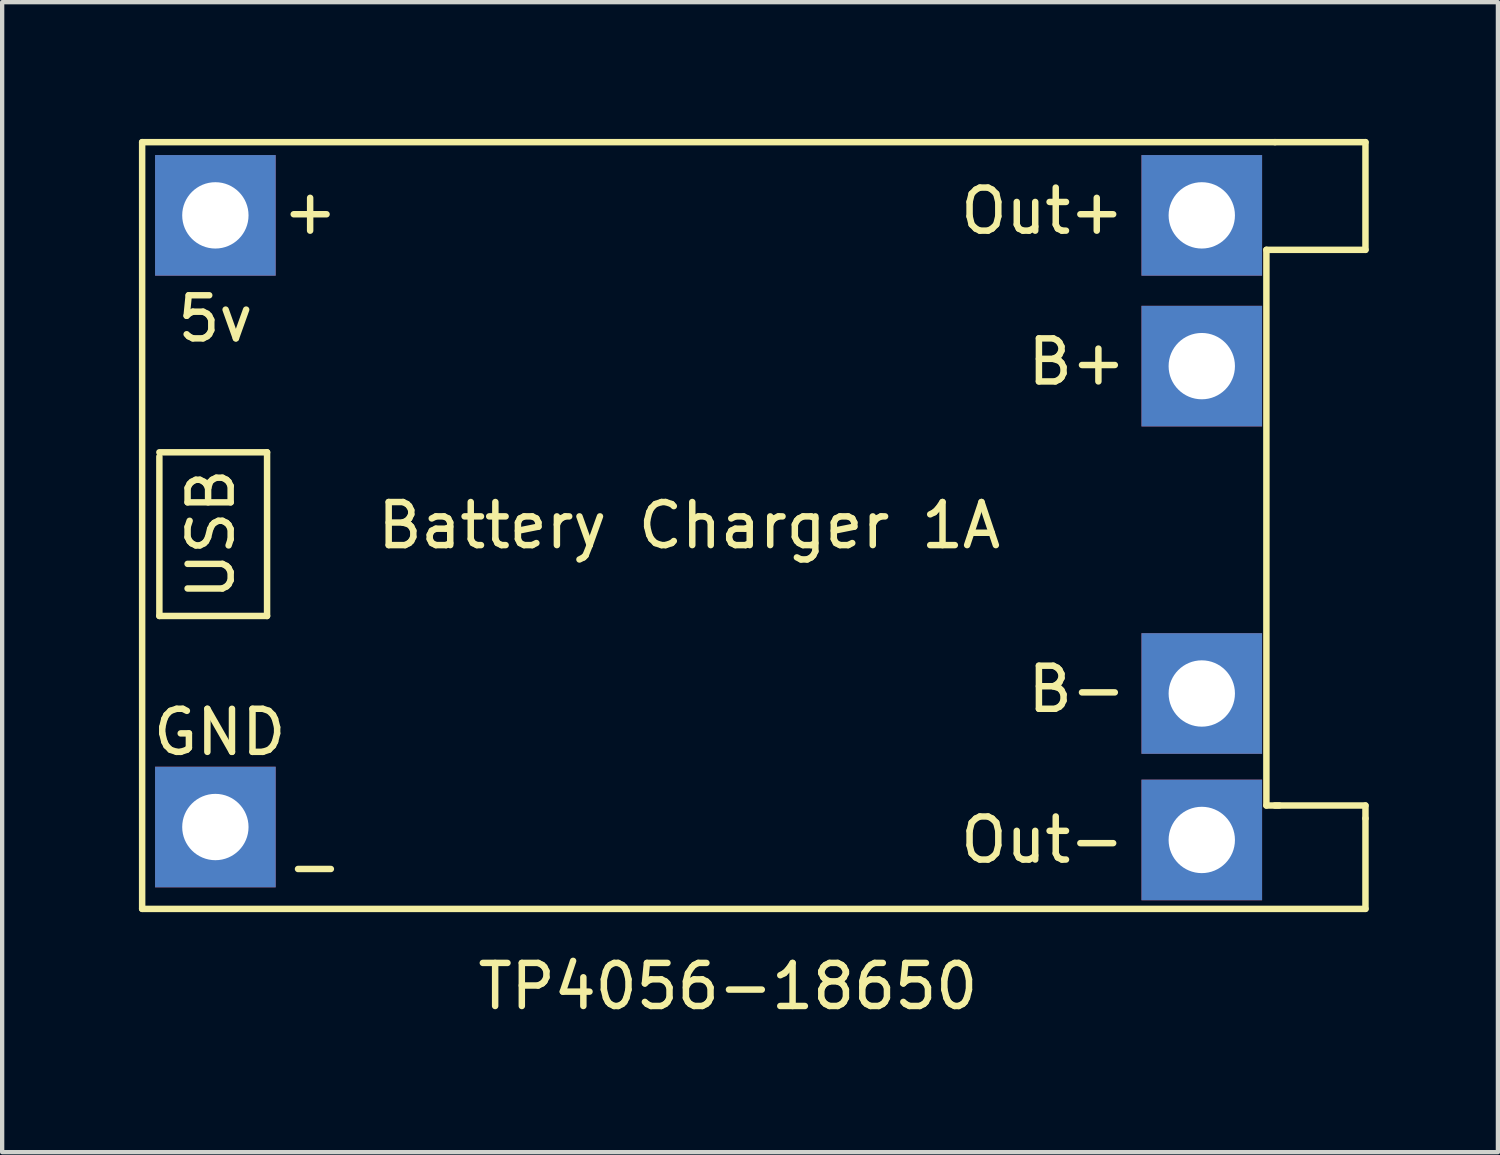
<source format=kicad_pcb>
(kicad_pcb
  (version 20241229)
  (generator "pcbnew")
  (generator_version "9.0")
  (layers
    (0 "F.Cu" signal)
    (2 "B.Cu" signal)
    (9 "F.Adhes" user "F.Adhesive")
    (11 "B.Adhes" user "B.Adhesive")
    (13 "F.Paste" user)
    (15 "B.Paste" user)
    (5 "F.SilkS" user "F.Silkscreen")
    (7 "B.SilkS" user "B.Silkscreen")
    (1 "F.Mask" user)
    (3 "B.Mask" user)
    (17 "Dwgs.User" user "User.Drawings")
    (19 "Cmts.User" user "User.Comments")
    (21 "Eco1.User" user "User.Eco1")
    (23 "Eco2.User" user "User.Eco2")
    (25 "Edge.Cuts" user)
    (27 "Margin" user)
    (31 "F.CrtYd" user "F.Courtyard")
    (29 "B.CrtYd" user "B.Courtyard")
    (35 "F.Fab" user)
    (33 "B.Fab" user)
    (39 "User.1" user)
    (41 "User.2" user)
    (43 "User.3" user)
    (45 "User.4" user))
  (footprint "TP4056-18650"
    (layer "F.Cu")
    (at 0.25 0.25)
    (property "Reference" "TP4056-18650" (at 13.6 19.6 0) (layer "F.SilkS") (effects (font (size 1 1) (thickness 0.15))))
    (attr through_hole)
    (fp_line (start 0 0) (end 26.3 0) (stroke (width 0.15) (type solid)) (layer "F.SilkS"))
    (fp_line (start 0 17.8) (end 0 0) (stroke (width 0.15) (type solid)) (layer "F.SilkS"))
    (fp_line (start 0.4 7.2) (end 2.9 7.2) (stroke (width 0.15) (type solid)) (layer "F.SilkS"))
    (fp_line (start 0.4 11) (end 0.4 7.3) (stroke (width 0.15) (type solid)) (layer "F.SilkS"))
    (fp_line (start 2.9 7.2) (end 2.9 11) (stroke (width 0.15) (type solid)) (layer "F.SilkS"))
    (fp_line (start 2.9 11) (end 0.4 11) (stroke (width 0.15) (type solid)) (layer "F.SilkS"))
    (fp_line (start 26.1 2.5) (end 26.1 15.4) (stroke (width 0.15) (type solid)) (layer "F.SilkS"))
    (fp_line (start 26.1 15.4) (end 26.4 15.4) (stroke (width 0.15) (type solid)) (layer "F.SilkS"))
    (fp_line (start 26.3 0) (end 28.4 0) (stroke (width 0.15) (type solid)) (layer "F.SilkS"))
    (fp_line (start 26.3 15.4) (end 28.4 15.4) (stroke (width 0.15) (type solid)) (layer "F.SilkS"))
    (fp_line (start 28.4 0) (end 28.4 2.5) (stroke (width 0.15) (type solid)) (layer "F.SilkS"))
    (fp_line (start 28.4 2.5) (end 26.1 2.5) (stroke (width 0.15) (type solid)) (layer "F.SilkS"))
    (fp_line (start 28.4 15.4) (end 28.4 15.7) (stroke (width 0.15) (type solid)) (layer "F.SilkS"))
    (fp_line (start 28.4 15.7) (end 28.4 17.8) (stroke (width 0.15) (type solid)) (layer "F.SilkS"))
    (fp_line (start 28.4 17.8) (end 0 17.8) (stroke (width 0.15) (type solid)) (layer "F.SilkS"))
    (fp_text user "Battery Charger 1A" (at 12.7 8.9 0) (layer "F.SilkS") (effects (font (size 1 1) (thickness 0.15))))
    (fp_text user "-" (at 4 16.8 0) (layer "F.SilkS") (effects (font (size 1 1) (thickness 0.15))))
    (fp_text user "5v" (at 1.7 4.1 0) (layer "F.SilkS") (effects (font (size 1 1) (thickness 0.15))))
    (fp_text user "USB" (at 1.6 9.1 90) (layer "F.SilkS") (effects (font (size 1 1) (thickness 0.15))))
    (fp_text user "Out+" (at 20.9 1.6 0) (layer "F.SilkS") (effects (font (size 1 1) (thickness 0.15))))
    (fp_text user "B-" (at 21.7 12.7 0) (layer "F.SilkS") (effects (font (size 1 1) (thickness 0.15))))
    (fp_text user "GND" (at 1.8 13.7 0) (layer "F.SilkS") (effects (font (size 1 1) (thickness 0.15))))
    (fp_text user "B+" (at 21.7 5.1 0) (layer "F.SilkS") (effects (font (size 1 1) (thickness 0.15))))
    (fp_text user "Out-" (at 20.9 16.2 0) (layer "F.SilkS") (effects (font (size 1 1) (thickness 0.15))))
    (fp_text user "+" (at 3.9 1.6 0) (layer "F.SilkS") (effects (font (size 1 1) (thickness 0.15))))
    (pad "0" thru_hole rect (at 24.6 5.2) (size 2.8 2.8) (drill 1.54) (layers "*.Cu" "*.Mask"))
    (pad "1" thru_hole rect (at 24.6 12.8) (size 2.8 2.8) (drill 1.54) (layers "*.Cu" "*.Mask"))
    (pad "2" thru_hole rect (at 24.6 1.7) (size 2.8 2.8) (drill 1.54) (layers "*.Cu" "*.Mask"))
    (pad "3" thru_hole rect (at 24.6 16.2) (size 2.8 2.8) (drill 1.54) (layers "*.Cu" "*.Mask"))
    (pad "4" thru_hole rect (at 1.7 1.7) (size 2.8 2.8) (drill 1.54) (layers "*.Cu" "*.Mask"))
    (pad "5" thru_hole rect (at 1.7 15.9) (size 2.8 2.8) (drill 1.54) (layers "*.Cu" "*.Mask")))
  (gr_rect
    (start -3 -3)
    (end 31.725 23.698)
    (stroke (width 0.1) (type default))
    (fill no)
    (layer "Edge.Cuts")))
</source>
